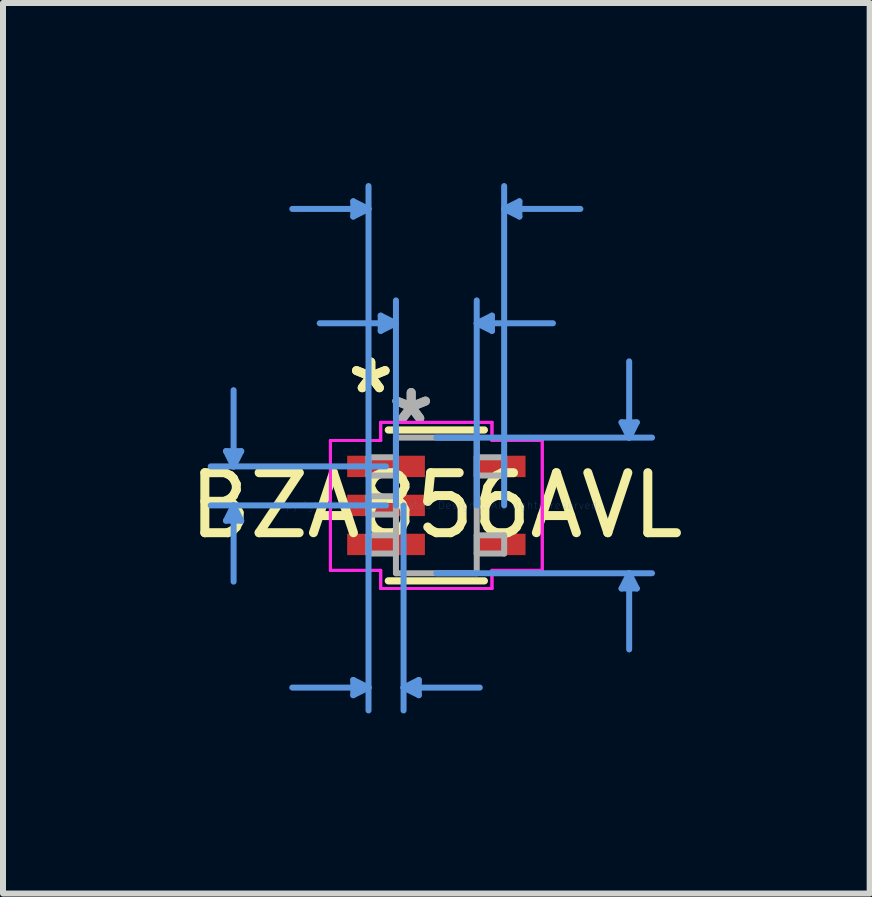
<source format=kicad_pcb>
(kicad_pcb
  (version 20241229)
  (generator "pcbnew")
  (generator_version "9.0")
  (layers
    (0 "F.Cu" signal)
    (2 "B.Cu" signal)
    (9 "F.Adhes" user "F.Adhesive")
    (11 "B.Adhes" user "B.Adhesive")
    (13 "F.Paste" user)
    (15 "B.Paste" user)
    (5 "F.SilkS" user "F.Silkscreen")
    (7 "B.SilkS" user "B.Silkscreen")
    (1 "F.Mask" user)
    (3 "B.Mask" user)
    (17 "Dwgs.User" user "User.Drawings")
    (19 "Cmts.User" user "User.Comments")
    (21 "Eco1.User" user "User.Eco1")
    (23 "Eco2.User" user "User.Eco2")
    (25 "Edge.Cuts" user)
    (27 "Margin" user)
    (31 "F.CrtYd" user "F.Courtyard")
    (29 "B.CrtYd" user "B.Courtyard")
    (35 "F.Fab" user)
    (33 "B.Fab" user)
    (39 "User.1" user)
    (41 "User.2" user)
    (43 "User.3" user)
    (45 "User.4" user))
  (footprint "BZA856AVL"
    (layer "F.Cu")
    (at 4.22 5.371)
    (property "Reference" "BZA856AVL" (at 0 0 0) (layer "F.SilkS") (effects (font (size 1 1) (thickness 0.15))))
    (attr through_hole)
    (fp_line (start -0.8 1.257) (end 0.8 1.257) (stroke (width 0.12) (type solid)) (layer "F.SilkS"))
    (fp_line (start 0.8 -1.257) (end -0.8 -1.257) (stroke (width 0.12) (type solid)) (layer "F.SilkS"))
    (fp_line (start 0.8 0.139) (end 0.8 -0.139) (stroke (width 0.12) (type solid)) (layer "F.SilkS"))
    (fp_line (start -3.505 -0.904) (end -3.251 -0.904) (stroke (width 0.1) (type solid)) (layer "Cmts.User"))
    (fp_line (start -3.505 0.254) (end -3.251 0.254) (stroke (width 0.1) (type solid)) (layer "Cmts.User"))
    (fp_line (start -3.378 -0.65) (end -3.505 -0.904) (stroke (width 0.1) (type solid)) (layer "Cmts.User"))
    (fp_line (start -3.378 -0.65) (end -3.378 -1.92) (stroke (width 0.1) (type solid)) (layer "Cmts.User"))
    (fp_line (start -3.378 -0.65) (end -3.251 -0.904) (stroke (width 0.1) (type solid)) (layer "Cmts.User"))
    (fp_line (start -3.378 0) (end -3.505 0.254) (stroke (width 0.1) (type solid)) (layer "Cmts.User"))
    (fp_line (start -3.378 0) (end -3.378 1.27) (stroke (width 0.1) (type solid)) (layer "Cmts.User"))
    (fp_line (start -3.378 0) (end -3.251 0.254) (stroke (width 0.1) (type solid)) (layer "Cmts.User"))
    (fp_line (start -1.384 -5.067) (end -1.384 -4.813) (stroke (width 0.1) (type solid)) (layer "Cmts.User"))
    (fp_line (start -1.384 2.908) (end -1.384 3.162) (stroke (width 0.1) (type solid)) (layer "Cmts.User"))
    (fp_line (start -1.13 -4.94) (end -2.4 -4.94) (stroke (width 0.1) (type solid)) (layer "Cmts.User"))
    (fp_line (start -1.13 -4.94) (end -1.384 -5.067) (stroke (width 0.1) (type solid)) (layer "Cmts.User"))
    (fp_line (start -1.13 -4.94) (end -1.384 -4.813) (stroke (width 0.1) (type solid)) (layer "Cmts.User"))
    (fp_line (start -1.13 0) (end -1.13 -5.321) (stroke (width 0.1) (type solid)) (layer "Cmts.User"))
    (fp_line (start -1.13 0) (end -1.13 3.416) (stroke (width 0.1) (type solid)) (layer "Cmts.User"))
    (fp_line (start -1.13 3.035) (end -2.4 3.035) (stroke (width 0.1) (type solid)) (layer "Cmts.User"))
    (fp_line (start -1.13 3.035) (end -1.384 2.908) (stroke (width 0.1) (type solid)) (layer "Cmts.User"))
    (fp_line (start -1.13 3.035) (end -1.384 3.162) (stroke (width 0.1) (type solid)) (layer "Cmts.User"))
    (fp_line (start -0.927 -3.162) (end -0.927 -2.908) (stroke (width 0.1) (type solid)) (layer "Cmts.User"))
    (fp_line (start -0.838 -0.65) (end -3.759 -0.65) (stroke (width 0.1) (type solid)) (layer "Cmts.User"))
    (fp_line (start -0.838 0) (end -3.759 0) (stroke (width 0.1) (type solid)) (layer "Cmts.User"))
    (fp_line (start -0.673 -3.035) (end -1.943 -3.035) (stroke (width 0.1) (type solid)) (layer "Cmts.User"))
    (fp_line (start -0.673 -3.035) (end -0.927 -3.162) (stroke (width 0.1) (type solid)) (layer "Cmts.User"))
    (fp_line (start -0.673 -3.035) (end -0.927 -2.908) (stroke (width 0.1) (type solid)) (layer "Cmts.User"))
    (fp_line (start -0.673 0) (end -0.673 -3.416) (stroke (width 0.1) (type solid)) (layer "Cmts.User"))
    (fp_line (start -0.546 0) (end -0.546 3.416) (stroke (width 0.1) (type solid)) (layer "Cmts.User"))
    (fp_line (start -0.546 3.035) (end -0.292 2.908) (stroke (width 0.1) (type solid)) (layer "Cmts.User"))
    (fp_line (start -0.546 3.035) (end -0.292 3.162) (stroke (width 0.1) (type solid)) (layer "Cmts.User"))
    (fp_line (start -0.546 3.035) (end 0.724 3.035) (stroke (width 0.1) (type solid)) (layer "Cmts.User"))
    (fp_line (start -0.292 2.908) (end -0.292 3.162) (stroke (width 0.1) (type solid)) (layer "Cmts.User"))
    (fp_line (start 0 -1.13) (end 3.594 -1.13) (stroke (width 0.1) (type solid)) (layer "Cmts.User"))
    (fp_line (start 0 1.13) (end 3.594 1.13) (stroke (width 0.1) (type solid)) (layer "Cmts.User"))
    (fp_line (start 0.673 -3.035) (end 0.927 -3.162) (stroke (width 0.1) (type solid)) (layer "Cmts.User"))
    (fp_line (start 0.673 -3.035) (end 0.927 -2.908) (stroke (width 0.1) (type solid)) (layer "Cmts.User"))
    (fp_line (start 0.673 -3.035) (end 1.943 -3.035) (stroke (width 0.1) (type solid)) (layer "Cmts.User"))
    (fp_line (start 0.673 0) (end 0.673 -3.416) (stroke (width 0.1) (type solid)) (layer "Cmts.User"))
    (fp_line (start 0.927 -3.162) (end 0.927 -2.908) (stroke (width 0.1) (type solid)) (layer "Cmts.User"))
    (fp_line (start 1.13 -4.94) (end 1.384 -5.067) (stroke (width 0.1) (type solid)) (layer "Cmts.User"))
    (fp_line (start 1.13 -4.94) (end 1.384 -4.813) (stroke (width 0.1) (type solid)) (layer "Cmts.User"))
    (fp_line (start 1.13 -4.94) (end 2.4 -4.94) (stroke (width 0.1) (type solid)) (layer "Cmts.User"))
    (fp_line (start 1.13 0) (end 1.13 -5.321) (stroke (width 0.1) (type solid)) (layer "Cmts.User"))
    (fp_line (start 1.384 -5.067) (end 1.384 -4.813) (stroke (width 0.1) (type solid)) (layer "Cmts.User"))
    (fp_line (start 3.086 -1.384) (end 3.34 -1.384) (stroke (width 0.1) (type solid)) (layer "Cmts.User"))
    (fp_line (start 3.086 1.384) (end 3.34 1.384) (stroke (width 0.1) (type solid)) (layer "Cmts.User"))
    (fp_line (start 3.213 -1.13) (end 3.086 -1.384) (stroke (width 0.1) (type solid)) (layer "Cmts.User"))
    (fp_line (start 3.213 -1.13) (end 3.213 -2.4) (stroke (width 0.1) (type solid)) (layer "Cmts.User"))
    (fp_line (start 3.213 -1.13) (end 3.34 -1.384) (stroke (width 0.1) (type solid)) (layer "Cmts.User"))
    (fp_line (start 3.213 1.13) (end 3.086 1.384) (stroke (width 0.1) (type solid)) (layer "Cmts.User"))
    (fp_line (start 3.213 1.13) (end 3.213 2.4) (stroke (width 0.1) (type solid)) (layer "Cmts.User"))
    (fp_line (start 3.213 1.13) (end 3.34 1.384) (stroke (width 0.1) (type solid)) (layer "Cmts.User"))
    (fp_line (start -1.765 -1.082) (end -0.927 -1.082) (stroke (width 0.05) (type solid)) (layer "F.CrtYd"))
    (fp_line (start -1.765 -1.082) (end -0.927 -1.082) (stroke (width 0.05) (type solid)) (layer "F.CrtYd"))
    (fp_line (start -1.765 1.082) (end -1.765 -1.082) (stroke (width 0.05) (type solid)) (layer "F.CrtYd"))
    (fp_line (start -1.765 1.082) (end -1.765 -1.082) (stroke (width 0.05) (type solid)) (layer "F.CrtYd"))
    (fp_line (start -0.927 -1.384) (end 0.927 -1.384) (stroke (width 0.05) (type solid)) (layer "F.CrtYd"))
    (fp_line (start -0.927 -1.384) (end 0.927 -1.384) (stroke (width 0.05) (type solid)) (layer "F.CrtYd"))
    (fp_line (start -0.927 -1.082) (end -0.927 -1.384) (stroke (width 0.05) (type solid)) (layer "F.CrtYd"))
    (fp_line (start -0.927 -1.082) (end -0.927 -1.384) (stroke (width 0.05) (type solid)) (layer "F.CrtYd"))
    (fp_line (start -0.927 1.082) (end -1.765 1.082) (stroke (width 0.05) (type solid)) (layer "F.CrtYd"))
    (fp_line (start -0.927 1.082) (end -1.765 1.082) (stroke (width 0.05) (type solid)) (layer "F.CrtYd"))
    (fp_line (start -0.927 1.384) (end -0.927 1.082) (stroke (width 0.05) (type solid)) (layer "F.CrtYd"))
    (fp_line (start -0.927 1.384) (end -0.927 1.082) (stroke (width 0.05) (type solid)) (layer "F.CrtYd"))
    (fp_line (start 0.927 -1.384) (end 0.927 -1.082) (stroke (width 0.05) (type solid)) (layer "F.CrtYd"))
    (fp_line (start 0.927 -1.384) (end 0.927 -1.082) (stroke (width 0.05) (type solid)) (layer "F.CrtYd"))
    (fp_line (start 0.927 -1.082) (end 1.765 -1.082) (stroke (width 0.05) (type solid)) (layer "F.CrtYd"))
    (fp_line (start 0.927 -1.082) (end 1.765 -1.082) (stroke (width 0.05) (type solid)) (layer "F.CrtYd"))
    (fp_line (start 0.927 1.082) (end 0.927 1.384) (stroke (width 0.05) (type solid)) (layer "F.CrtYd"))
    (fp_line (start 0.927 1.082) (end 0.927 1.384) (stroke (width 0.05) (type solid)) (layer "F.CrtYd"))
    (fp_line (start 0.927 1.384) (end -0.927 1.384) (stroke (width 0.05) (type solid)) (layer "F.CrtYd"))
    (fp_line (start 0.927 1.384) (end -0.927 1.384) (stroke (width 0.05) (type solid)) (layer "F.CrtYd"))
    (fp_line (start 1.765 -1.082) (end 1.765 1.082) (stroke (width 0.05) (type solid)) (layer "F.CrtYd"))
    (fp_line (start 1.765 -1.082) (end 1.765 1.082) (stroke (width 0.05) (type solid)) (layer "F.CrtYd"))
    (fp_line (start 1.765 1.082) (end 0.927 1.082) (stroke (width 0.05) (type solid)) (layer "F.CrtYd"))
    (fp_line (start 1.765 1.082) (end 0.927 1.082) (stroke (width 0.05) (type solid)) (layer "F.CrtYd"))
    (fp_line (start -1.13 -0.802) (end -1.13 -0.498) (stroke (width 0.1) (type solid)) (layer "F.Fab"))
    (fp_line (start -1.13 -0.498) (end -0.673 -0.498) (stroke (width 0.1) (type solid)) (layer "F.Fab"))
    (fp_line (start -1.13 -0.152) (end -1.13 0.152) (stroke (width 0.1) (type solid)) (layer "F.Fab"))
    (fp_line (start -1.13 0.152) (end -0.673 0.152) (stroke (width 0.1) (type solid)) (layer "F.Fab"))
    (fp_line (start -1.13 0.498) (end -1.13 0.802) (stroke (width 0.1) (type solid)) (layer "F.Fab"))
    (fp_line (start -1.13 0.802) (end -0.673 0.802) (stroke (width 0.1) (type solid)) (layer "F.Fab"))
    (fp_line (start -0.673 -1.13) (end -0.673 1.13) (stroke (width 0.1) (type solid)) (layer "F.Fab"))
    (fp_line (start -0.673 -0.802) (end -1.13 -0.802) (stroke (width 0.1) (type solid)) (layer "F.Fab"))
    (fp_line (start -0.673 -0.498) (end -0.673 -0.802) (stroke (width 0.1) (type solid)) (layer "F.Fab"))
    (fp_line (start -0.673 -0.152) (end -1.13 -0.152) (stroke (width 0.1) (type solid)) (layer "F.Fab"))
    (fp_line (start -0.673 0.152) (end -0.673 -0.152) (stroke (width 0.1) (type solid)) (layer "F.Fab"))
    (fp_line (start -0.673 0.498) (end -1.13 0.498) (stroke (width 0.1) (type solid)) (layer "F.Fab"))
    (fp_line (start -0.673 0.802) (end -0.673 0.498) (stroke (width 0.1) (type solid)) (layer "F.Fab"))
    (fp_line (start -0.673 1.13) (end 0.673 1.13) (stroke (width 0.1) (type solid)) (layer "F.Fab"))
    (fp_line (start 0.673 -1.13) (end -0.673 -1.13) (stroke (width 0.1) (type solid)) (layer "F.Fab"))
    (fp_line (start 0.673 -0.802) (end 0.673 -0.498) (stroke (width 0.1) (type solid)) (layer "F.Fab"))
    (fp_line (start 0.673 -0.498) (end 1.13 -0.498) (stroke (width 0.1) (type solid)) (layer "F.Fab"))
    (fp_line (start 0.673 0.498) (end 0.673 0.802) (stroke (width 0.1) (type solid)) (layer "F.Fab"))
    (fp_line (start 0.673 0.802) (end 1.13 0.802) (stroke (width 0.1) (type solid)) (layer "F.Fab"))
    (fp_line (start 0.673 1.13) (end 0.673 -1.13) (stroke (width 0.1) (type solid)) (layer "F.Fab"))
    (fp_line (start 1.13 -0.802) (end 0.673 -0.802) (stroke (width 0.1) (type solid)) (layer "F.Fab"))
    (fp_line (start 1.13 -0.498) (end 1.13 -0.802) (stroke (width 0.1) (type solid)) (layer "F.Fab"))
    (fp_line (start 1.13 0.498) (end 0.673 0.498) (stroke (width 0.1) (type solid)) (layer "F.Fab"))
    (fp_line (start 1.13 0.802) (end 1.13 0.498) (stroke (width 0.1) (type solid)) (layer "F.Fab"))
    (fp_text user "*" (at -1.092 -1.844 0) (layer "F.SilkS") (effects (font (size 1 1) (thickness 0.15))))
    (fp_text user "*" (at -1.092 -1.844 0) (layer "F.SilkS") (effects (font (size 1 1) (thickness 0.15))))
    (fp_text user "Copyright 2021 Accelerated Designs. All rights reserved." (at 0 0 0) (layer "Cmts.User") (effects (font (size 0.127 0.127) (thickness 0.002))))
    (fp_text user "*" (at -0.419 -1.336 0) (layer "F.Fab") (effects (font (size 1 1) (thickness 0.15))))
    (fp_text user "*" (at -0.419 -1.336 0) (layer "F.Fab") (effects (font (size 1 1) (thickness 0.15))))
    (pad "1" smd rect (at -0.838 -0.65) (size 1.295 0.356) (layers "F.Cu" "F.Mask" "F.Paste"))
    (pad "2" smd rect (at -0.838 0) (size 1.295 0.356) (layers "F.Cu" "F.Mask" "F.Paste"))
    (pad "3" smd rect (at -0.838 0.65) (size 1.295 0.356) (layers "F.Cu" "F.Mask" "F.Paste"))
    (pad "4" smd rect (at 1.067 0.65) (size 0.838 0.356) (layers "F.Cu" "F.Mask" "F.Paste"))
    (pad "5" smd rect (at 1.067 -0.65) (size 0.838 0.356) (layers "F.Cu" "F.Mask" "F.Paste")))
  (gr_rect
    (start -3 -3)
    (end 11.44 11.838)
    (stroke (width 0.1) (type default))
    (fill no)
    (layer "Edge.Cuts")))
</source>
